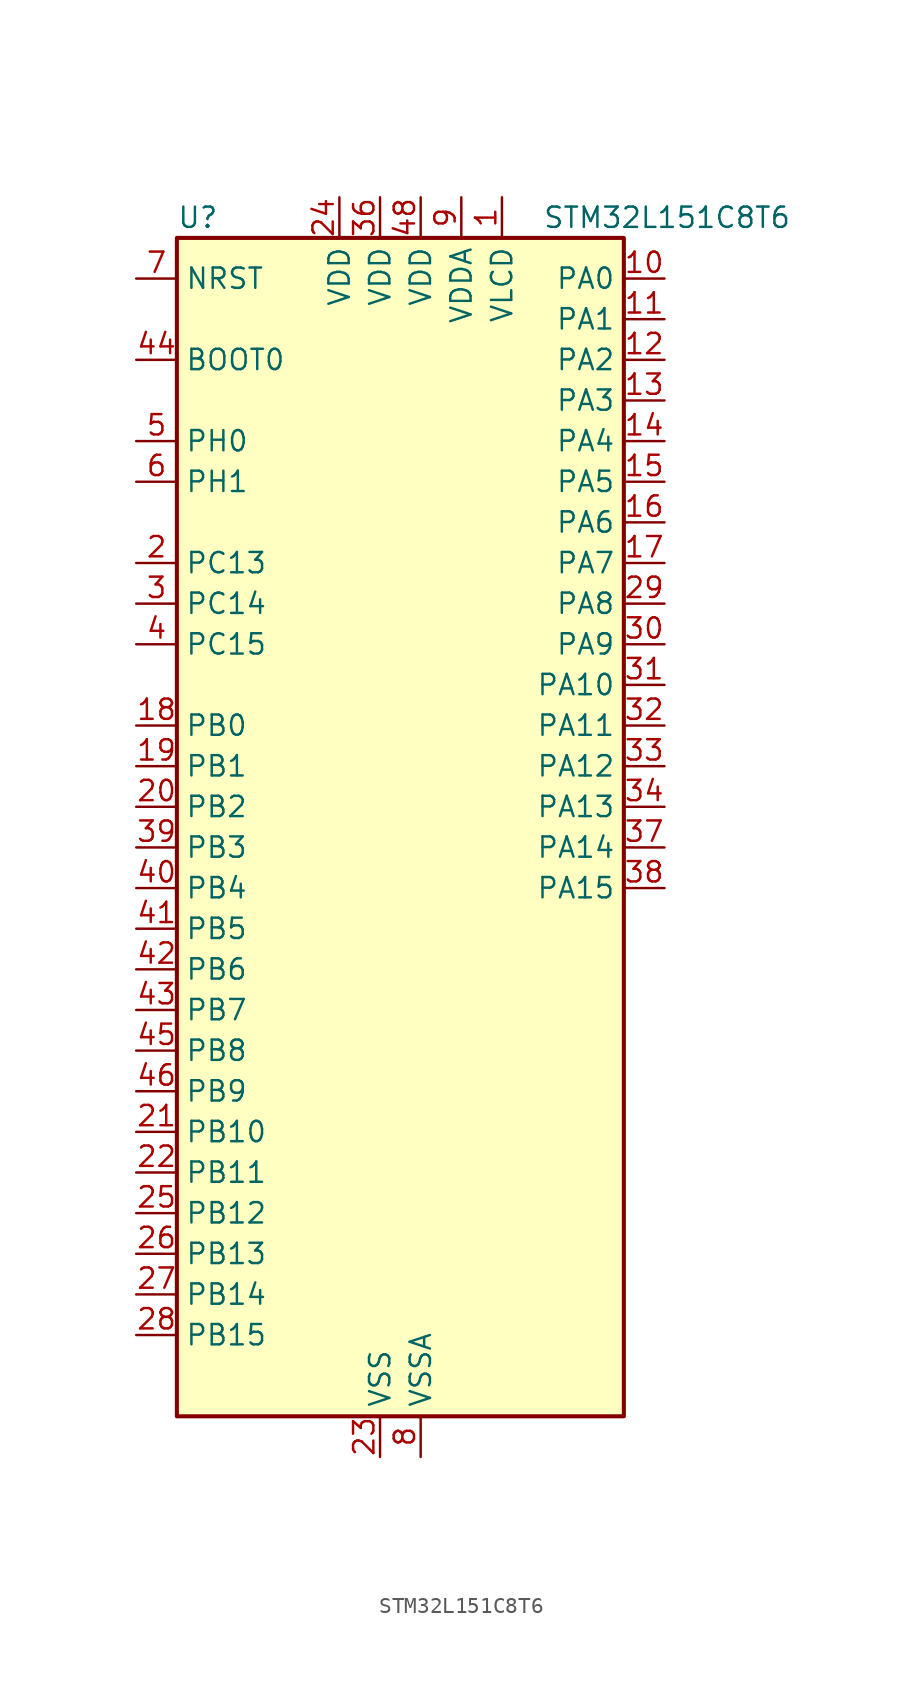
<source format=kicad_sym>
(kicad_symbol_lib
  (version 20231120)
  (generator "CDFER_Archive_Tool")
  (generator_version "0.0")
  (symbol "STM32L151C8T6"
    (property "Reference" "U"
      (at -12.7 39.37 0)
      (effects (font (size 1.27 1.27)) (justify left)))
    (property "Value" "STM32L151C8T6"
      (at 10.16 39.37 0)
      (effects (font (size 1.27 1.27)) (justify left)))
    (symbol "STM32L151C8T6_0_1"
      (rectangle (start -12.7 -35.56) (end 15.24 38.1) (stroke (width 0.254) (type default)) (fill (type background))))
    (symbol "STM32L151C8T6_1_1"
      (pin power_in line (at 7.62 40.64 270) (length 2.54) (name "VLCD" (effects (font (size 1.27 1.27)))) (number "1" (effects (font (size 1.27 1.27)))))
      (pin bidirectional line (at 17.78 35.56 180) (length 2.54) (name "PA0" (effects (font (size 1.27 1.27)))) (number "10" (effects (font (size 1.27 1.27)))) (alternate "ADC_IN0" bidirectional line) (alternate "COMP1_INP" bidirectional line) (alternate "SYS_WKUP1" bidirectional line) (alternate "TIM2_CH1" bidirectional line) (alternate "TIM2_ETR" bidirectional line) (alternate "TIMX_IC1" bidirectional line) (alternate "TS_G1_IO1" bidirectional line) (alternate "USART2_CTS" bidirectional line))
      (pin bidirectional line (at 17.78 33.02 180) (length 2.54) (name "PA1" (effects (font (size 1.27 1.27)))) (number "11" (effects (font (size 1.27 1.27)))) (alternate "ADC_IN1" bidirectional line) (alternate "COMP1_INP" bidirectional line) (alternate "TIM2_CH2" bidirectional line) (alternate "TIMX_IC2" bidirectional line) (alternate "TS_G1_IO2" bidirectional line) (alternate "USART2_RTS" bidirectional line))
      (pin bidirectional line (at 17.78 30.48 180) (length 2.54) (name "PA2" (effects (font (size 1.27 1.27)))) (number "12" (effects (font (size 1.27 1.27)))) (alternate "ADC_IN2" bidirectional line) (alternate "COMP1_INP" bidirectional line) (alternate "TIM2_CH3" bidirectional line) (alternate "TIM9_CH1" bidirectional line) (alternate "TIMX_IC3" bidirectional line) (alternate "TS_G1_IO3" bidirectional line) (alternate "USART2_TX" bidirectional line))
      (pin bidirectional line (at 17.78 27.94 180) (length 2.54) (name "PA3" (effects (font (size 1.27 1.27)))) (number "13" (effects (font (size 1.27 1.27)))) (alternate "ADC_IN3" bidirectional line) (alternate "COMP1_INP" bidirectional line) (alternate "TIM2_CH4" bidirectional line) (alternate "TIM9_CH2" bidirectional line) (alternate "TIMX_IC4" bidirectional line) (alternate "TS_G1_IO4" bidirectional line) (alternate "USART2_RX" bidirectional line))
      (pin bidirectional line (at 17.78 25.4 180) (length 2.54) (name "PA4" (effects (font (size 1.27 1.27)))) (number "14" (effects (font (size 1.27 1.27)))) (alternate "ADC_IN4" bidirectional line) (alternate "COMP1_INP" bidirectional line) (alternate "DAC_OUT1" bidirectional line) (alternate "SPI1_NSS" bidirectional line) (alternate "TIMX_IC1" bidirectional line) (alternate "USART2_CK" bidirectional line))
      (pin bidirectional line (at 17.78 22.86 180) (length 2.54) (name "PA5" (effects (font (size 1.27 1.27)))) (number "15" (effects (font (size 1.27 1.27)))) (alternate "ADC_IN5" bidirectional line) (alternate "COMP1_INP" bidirectional line) (alternate "DAC_OUT2" bidirectional line) (alternate "SPI1_SCK" bidirectional line) (alternate "TIM2_CH1" bidirectional line) (alternate "TIM2_ETR" bidirectional line) (alternate "TIMX_IC2" bidirectional line))
      (pin bidirectional line (at 17.78 20.32 180) (length 2.54) (name "PA6" (effects (font (size 1.27 1.27)))) (number "16" (effects (font (size 1.27 1.27)))) (alternate "ADC_IN6" bidirectional line) (alternate "COMP1_INP" bidirectional line) (alternate "SPI1_MISO" bidirectional line) (alternate "TIM10_CH1" bidirectional line) (alternate "TIM3_CH1" bidirectional line) (alternate "TIMX_IC3" bidirectional line) (alternate "TS_G2_IO1" bidirectional line))
      (pin bidirectional line (at 17.78 17.78 180) (length 2.54) (name "PA7" (effects (font (size 1.27 1.27)))) (number "17" (effects (font (size 1.27 1.27)))) (alternate "ADC_IN7" bidirectional line) (alternate "COMP1_INP" bidirectional line) (alternate "SPI1_MOSI" bidirectional line) (alternate "TIM11_CH1" bidirectional line) (alternate "TIM3_CH2" bidirectional line) (alternate "TIMX_IC4" bidirectional line) (alternate "TS_G2_IO2" bidirectional line))
      (pin bidirectional line (at -15.24 7.62 0) (length 2.54) (name "PB0" (effects (font (size 1.27 1.27)))) (number "18" (effects (font (size 1.27 1.27)))) (alternate "ADC_IN8" bidirectional line) (alternate "COMP1_INP" bidirectional line) (alternate "SYS_V_REF_OUT" bidirectional line) (alternate "TIM3_CH3" bidirectional line) (alternate "TS_G3_IO1" bidirectional line))
      (pin bidirectional line (at -15.24 5.08 0) (length 2.54) (name "PB1" (effects (font (size 1.27 1.27)))) (number "19" (effects (font (size 1.27 1.27)))) (alternate "ADC_IN9" bidirectional line) (alternate "COMP1_INP" bidirectional line) (alternate "SYS_V_REF_OUT" bidirectional line) (alternate "TIM3_CH4" bidirectional line) (alternate "TS_G3_IO2" bidirectional line))
      (pin bidirectional line (at -15.24 17.78 0) (length 2.54) (name "PC13" (effects (font (size 1.27 1.27)))) (number "2" (effects (font (size 1.27 1.27)))) (alternate "RTC_OUT_ALARM" bidirectional line) (alternate "RTC_OUT_CALIB" bidirectional line) (alternate "RTC_TAMP1" bidirectional line) (alternate "RTC_TS" bidirectional line) (alternate "SYS_WKUP2" bidirectional line) (alternate "TIMX_IC2" bidirectional line))
      (pin bidirectional line (at -15.24 2.54 0) (length 2.54) (name "PB2" (effects (font (size 1.27 1.27)))) (number "20" (effects (font (size 1.27 1.27)))))
      (pin bidirectional line (at -15.24 -17.78 0) (length 2.54) (name "PB10" (effects (font (size 1.27 1.27)))) (number "21" (effects (font (size 1.27 1.27)))) (alternate "I2C2_SCL" bidirectional line) (alternate "TIM2_CH3" bidirectional line) (alternate "USART3_TX" bidirectional line))
      (pin bidirectional line (at -15.24 -20.32 0) (length 2.54) (name "PB11" (effects (font (size 1.27 1.27)))) (number "22" (effects (font (size 1.27 1.27)))) (alternate "ADC_EXTI11" bidirectional line) (alternate "I2C2_SDA" bidirectional line) (alternate "TIM2_CH4" bidirectional line) (alternate "USART3_RX" bidirectional line))
      (pin power_in line (at 0 -38.1 90) (length 2.54) (name "VSS" (effects (font (size 1.27 1.27)))) (number "23" (effects (font (size 1.27 1.27)))))
      (pin power_in line (at -2.54 40.64 270) (length 2.54) (name "VDD" (effects (font (size 1.27 1.27)))) (number "24" (effects (font (size 1.27 1.27)))))
      (pin bidirectional line (at -15.24 -22.86 0) (length 2.54) (name "PB12" (effects (font (size 1.27 1.27)))) (number "25" (effects (font (size 1.27 1.27)))) (alternate "ADC_IN18" bidirectional line) (alternate "COMP1_INP" bidirectional line) (alternate "I2C2_SMBA" bidirectional line) (alternate "SPI2_NSS" bidirectional line) (alternate "TIM10_CH1" bidirectional line) (alternate "TS_G7_IO1" bidirectional line) (alternate "USART3_CK" bidirectional line))
      (pin bidirectional line (at -15.24 -25.4 0) (length 2.54) (name "PB13" (effects (font (size 1.27 1.27)))) (number "26" (effects (font (size 1.27 1.27)))) (alternate "ADC_IN19" bidirectional line) (alternate "COMP1_INP" bidirectional line) (alternate "SPI2_SCK" bidirectional line) (alternate "TIM9_CH1" bidirectional line) (alternate "TS_G7_IO2" bidirectional line) (alternate "USART3_CTS" bidirectional line))
      (pin bidirectional line (at -15.24 -27.94 0) (length 2.54) (name "PB14" (effects (font (size 1.27 1.27)))) (number "27" (effects (font (size 1.27 1.27)))) (alternate "ADC_IN20" bidirectional line) (alternate "COMP1_INP" bidirectional line) (alternate "SPI2_MISO" bidirectional line) (alternate "TIM9_CH2" bidirectional line) (alternate "TS_G7_IO3" bidirectional line) (alternate "USART3_RTS" bidirectional line))
      (pin bidirectional line (at -15.24 -30.48 0) (length 2.54) (name "PB15" (effects (font (size 1.27 1.27)))) (number "28" (effects (font (size 1.27 1.27)))) (alternate "ADC_EXTI15" bidirectional line) (alternate "ADC_IN21" bidirectional line) (alternate "COMP1_INP" bidirectional line) (alternate "RTC_REFIN" bidirectional line) (alternate "SPI2_MOSI" bidirectional line) (alternate "TIM11_CH1" bidirectional line) (alternate "TS_G7_IO4" bidirectional line))
      (pin bidirectional line (at 17.78 15.24 180) (length 2.54) (name "PA8" (effects (font (size 1.27 1.27)))) (number "29" (effects (font (size 1.27 1.27)))) (alternate "RCC_MCO" bidirectional line) (alternate "TIMX_IC1" bidirectional line) (alternate "TS_G4_IO1" bidirectional line) (alternate "USART1_CK" bidirectional line))
      (pin bidirectional line (at -15.24 15.24 0) (length 2.54) (name "PC14" (effects (font (size 1.27 1.27)))) (number "3" (effects (font (size 1.27 1.27)))) (alternate "RCC_OSC32_IN" bidirectional line) (alternate "TIMX_IC3" bidirectional line))
      (pin bidirectional line (at 17.78 12.7 180) (length 2.54) (name "PA9" (effects (font (size 1.27 1.27)))) (number "30" (effects (font (size 1.27 1.27)))) (alternate "DAC_EXTI9" bidirectional line) (alternate "TIMX_IC2" bidirectional line) (alternate "TS_G4_IO2" bidirectional line) (alternate "USART1_TX" bidirectional line))
      (pin bidirectional line (at 17.78 10.16 180) (length 2.54) (name "PA10" (effects (font (size 1.27 1.27)))) (number "31" (effects (font (size 1.27 1.27)))) (alternate "TIMX_IC3" bidirectional line) (alternate "TS_G4_IO3" bidirectional line) (alternate "USART1_RX" bidirectional line))
      (pin bidirectional line (at 17.78 7.62 180) (length 2.54) (name "PA11" (effects (font (size 1.27 1.27)))) (number "32" (effects (font (size 1.27 1.27)))) (alternate "ADC_EXTI11" bidirectional line) (alternate "SPI1_MISO" bidirectional line) (alternate "TIMX_IC4" bidirectional line) (alternate "USART1_CTS" bidirectional line) (alternate "USB_DM" bidirectional line))
      (pin bidirectional line (at 17.78 5.08 180) (length 2.54) (name "PA12" (effects (font (size 1.27 1.27)))) (number "33" (effects (font (size 1.27 1.27)))) (alternate "SPI1_MOSI" bidirectional line) (alternate "TIMX_IC1" bidirectional line) (alternate "USART1_RTS" bidirectional line) (alternate "USB_DP" bidirectional line))
      (pin bidirectional line (at 17.78 2.54 180) (length 2.54) (name "PA13" (effects (font (size 1.27 1.27)))) (number "34" (effects (font (size 1.27 1.27)))) (alternate "SYS_JTMS-SWDIO" bidirectional line) (alternate "TIMX_IC2" bidirectional line) (alternate "TS_G5_IO1" bidirectional line))
      (pin passive line (at 0 -38.1 90) (length 2.54) hide (name "VSS" (effects (font (size 1.27 1.27)))) (number "35" (effects (font (size 1.27 1.27)))))
      (pin power_in line (at 0 40.64 270) (length 2.54) (name "VDD" (effects (font (size 1.27 1.27)))) (number "36" (effects (font (size 1.27 1.27)))))
      (pin bidirectional line (at 17.78 0 180) (length 2.54) (name "PA14" (effects (font (size 1.27 1.27)))) (number "37" (effects (font (size 1.27 1.27)))) (alternate "SYS_JTCK-SWCLK" bidirectional line) (alternate "TIMX_IC3" bidirectional line) (alternate "TS_G5_IO2" bidirectional line))
      (pin bidirectional line (at 17.78 -2.54 180) (length 2.54) (name "PA15" (effects (font (size 1.27 1.27)))) (number "38" (effects (font (size 1.27 1.27)))) (alternate "ADC_EXTI15" bidirectional line) (alternate "SPI1_NSS" bidirectional line) (alternate "SYS_JTDI" bidirectional line) (alternate "TIM2_CH1" bidirectional line) (alternate "TIM2_ETR" bidirectional line) (alternate "TIMX_IC4" bidirectional line) (alternate "TS_G5_IO3" bidirectional line))
      (pin bidirectional line (at -15.24 0 0) (length 2.54) (name "PB3" (effects (font (size 1.27 1.27)))) (number "39" (effects (font (size 1.27 1.27)))) (alternate "COMP2_INM" bidirectional line) (alternate "SPI1_SCK" bidirectional line) (alternate "SYS_JTDO-TRACESWO" bidirectional line) (alternate "TIM2_CH2" bidirectional line))
      (pin bidirectional line (at -15.24 12.7 0) (length 2.54) (name "PC15" (effects (font (size 1.27 1.27)))) (number "4" (effects (font (size 1.27 1.27)))) (alternate "ADC_EXTI15" bidirectional line) (alternate "RCC_OSC32_OUT" bidirectional line) (alternate "TIMX_IC4" bidirectional line))
      (pin bidirectional line (at -15.24 -2.54 0) (length 2.54) (name "PB4" (effects (font (size 1.27 1.27)))) (number "40" (effects (font (size 1.27 1.27)))) (alternate "COMP2_INP" bidirectional line) (alternate "SPI1_MISO" bidirectional line) (alternate "SYS_JTRST" bidirectional line) (alternate "TIM3_CH1" bidirectional line) (alternate "TS_G6_IO1" bidirectional line))
      (pin bidirectional line (at -15.24 -5.08 0) (length 2.54) (name "PB5" (effects (font (size 1.27 1.27)))) (number "41" (effects (font (size 1.27 1.27)))) (alternate "COMP2_INP" bidirectional line) (alternate "I2C1_SMBA" bidirectional line) (alternate "SPI1_MOSI" bidirectional line) (alternate "TIM3_CH2" bidirectional line) (alternate "TS_G6_IO2" bidirectional line))
      (pin bidirectional line (at -15.24 -7.62 0) (length 2.54) (name "PB6" (effects (font (size 1.27 1.27)))) (number "42" (effects (font (size 1.27 1.27)))) (alternate "I2C1_SCL" bidirectional line) (alternate "TIM4_CH1" bidirectional line) (alternate "USART1_TX" bidirectional line))
      (pin bidirectional line (at -15.24 -10.16 0) (length 2.54) (name "PB7" (effects (font (size 1.27 1.27)))) (number "43" (effects (font (size 1.27 1.27)))) (alternate "I2C1_SDA" bidirectional line) (alternate "SYS_PVD_IN" bidirectional line) (alternate "TIM4_CH2" bidirectional line) (alternate "USART1_RX" bidirectional line))
      (pin input line (at -15.24 30.48 0) (length 2.54) (name "BOOT0" (effects (font (size 1.27 1.27)))) (number "44" (effects (font (size 1.27 1.27)))))
      (pin bidirectional line (at -15.24 -12.7 0) (length 2.54) (name "PB8" (effects (font (size 1.27 1.27)))) (number "45" (effects (font (size 1.27 1.27)))) (alternate "I2C1_SCL" bidirectional line) (alternate "TIM10_CH1" bidirectional line) (alternate "TIM4_CH3" bidirectional line))
      (pin bidirectional line (at -15.24 -15.24 0) (length 2.54) (name "PB9" (effects (font (size 1.27 1.27)))) (number "46" (effects (font (size 1.27 1.27)))) (alternate "DAC_EXTI9" bidirectional line) (alternate "I2C1_SDA" bidirectional line) (alternate "TIM11_CH1" bidirectional line) (alternate "TIM4_CH4" bidirectional line))
      (pin passive line (at 0 -38.1 90) (length 2.54) hide (name "VSS" (effects (font (size 1.27 1.27)))) (number "47" (effects (font (size 1.27 1.27)))))
      (pin power_in line (at 2.54 40.64 270) (length 2.54) (name "VDD" (effects (font (size 1.27 1.27)))) (number "48" (effects (font (size 1.27 1.27)))))
      (pin bidirectional line (at -15.24 25.4 0) (length 2.54) (name "PH0" (effects (font (size 1.27 1.27)))) (number "5" (effects (font (size 1.27 1.27)))) (alternate "RCC_OSC_IN" bidirectional line))
      (pin bidirectional line (at -15.24 22.86 0) (length 2.54) (name "PH1" (effects (font (size 1.27 1.27)))) (number "6" (effects (font (size 1.27 1.27)))) (alternate "RCC_OSC_OUT" bidirectional line))
      (pin input line (at -15.24 35.56 0) (length 2.54) (name "NRST" (effects (font (size 1.27 1.27)))) (number "7" (effects (font (size 1.27 1.27)))))
      (pin power_in line (at 2.54 -38.1 90) (length 2.54) (name "VSSA" (effects (font (size 1.27 1.27)))) (number "8" (effects (font (size 1.27 1.27)))))
      (pin power_in line (at 5.08 40.64 270) (length 2.54) (name "VDDA" (effects (font (size 1.27 1.27)))) (number "9" (effects (font (size 1.27 1.27))))))))
</source>
